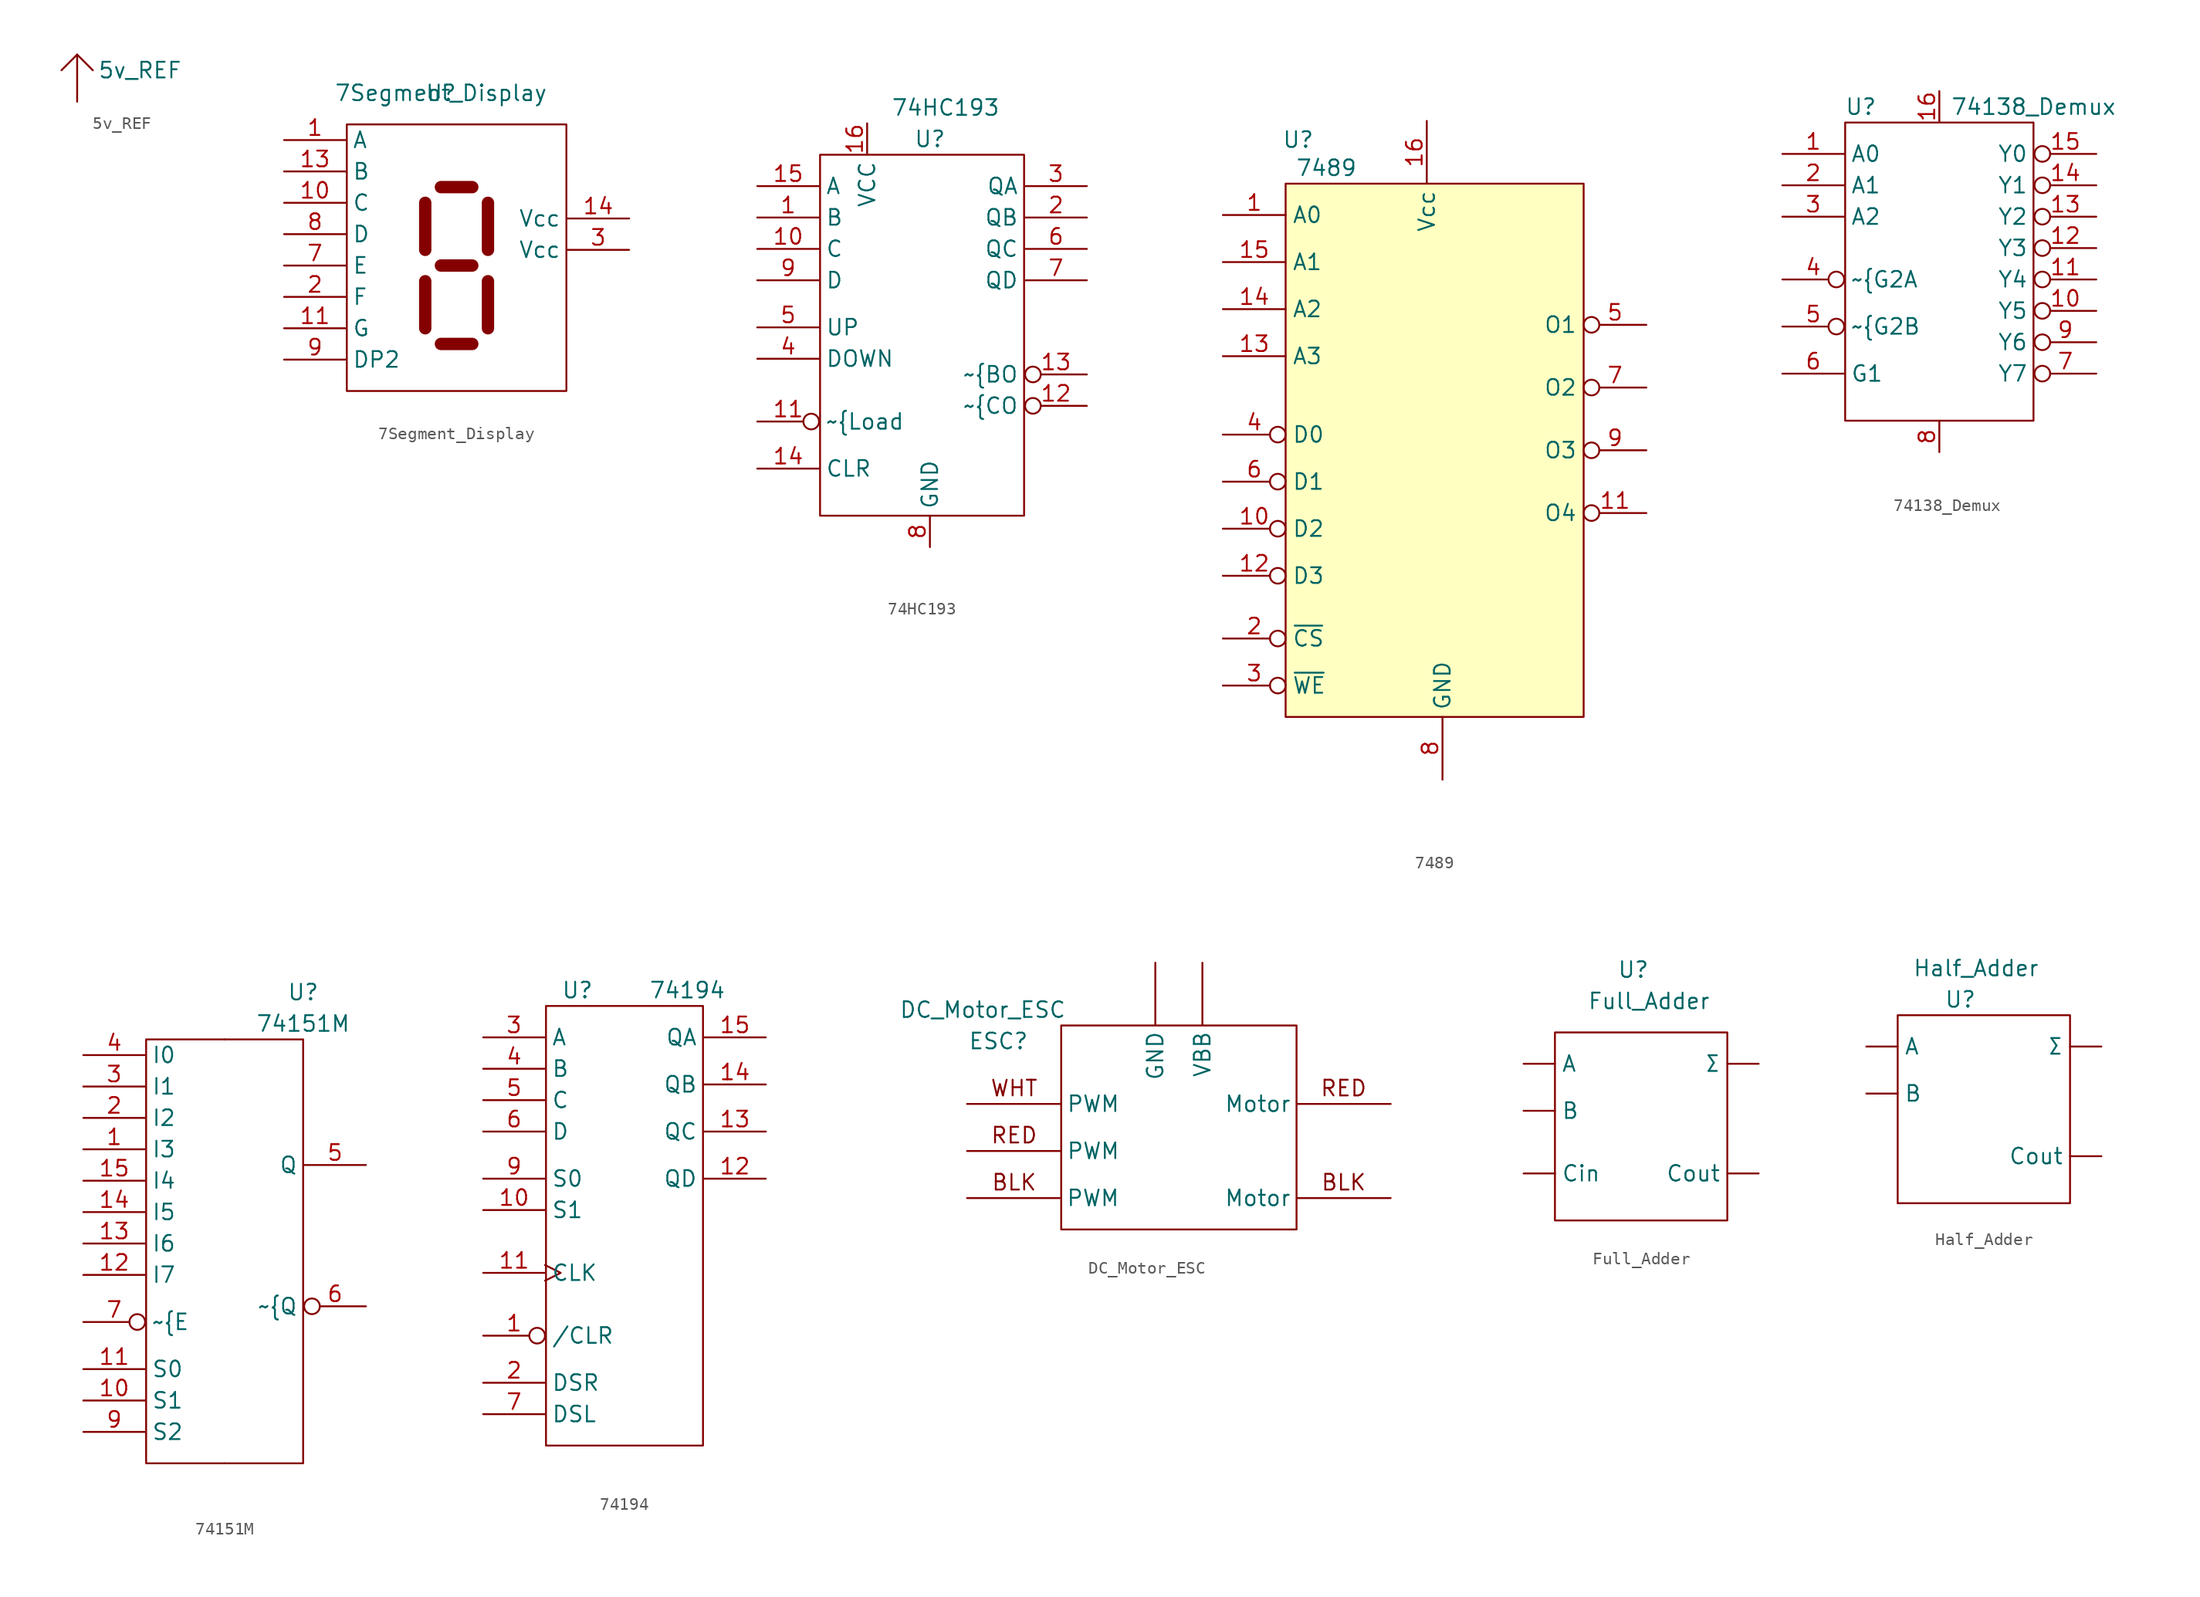
<source format=kicad_sym>
(kicad_symbol_lib
  (version 20231120)
  (generator "kicad_symbol_editor")
  (generator_version "8.0")
  (symbol "5v_REF"
    (power)
    (pin_numbers hide)
    (pin_names hide)
    (property "Reference" "PWR#"
      (at -3.81 1.27 0)
      (effects (font (size 1.27 1.27)) (hide yes)))
    (property "Value" "5v_REF"
      (at 5.08 2.54 0)
      (effects (font (size 1.27 1.27))))
    (symbol "5v_REF_0_1"
      (polyline (pts (xy 0 3.81) (xy -1.27 2.54)) (stroke (width 0) (type default)) (fill (type none)))
      (polyline (pts (xy 0 3.81) (xy 1.27 2.54)) (stroke (width 0) (type default)) (fill (type none))))
    (symbol "5v_REF_1_1"
      (pin power_in line (at 0 0 90) (length 3.75) (name "" (effects (font (size 1.27 1.27)))) (number "" (effects (font (size 1.27 1.27)))))))
  (symbol "7Segment_Display"
    (property "Reference" "U"
      (at 0 0 0)
      (effects (font (size 1.27 1.27))))
    (property "Value" "7Segment_Display"
      (at 0 0 0)
      (effects (font (size 1.27 1.27))))
    (symbol "7Segment_Display_0_1"
      (polyline (pts (xy -1.27 -15.24) (xy -1.27 -19.05)) (stroke (width 1) (type default)) (fill (type none)))
      (polyline (pts (xy -1.27 -8.89) (xy -1.27 -12.7)) (stroke (width 1) (type default)) (fill (type none)))
      (polyline (pts (xy 0 -20.32) (xy 2.54 -20.32)) (stroke (width 1) (type default)) (fill (type none)))
      (polyline (pts (xy 0 -13.97) (xy 2.54 -13.97)) (stroke (width 1) (type default)) (fill (type none)))
      (polyline (pts (xy 0 -7.62) (xy 2.54 -7.62)) (stroke (width 1) (type default)) (fill (type none)))
      (polyline (pts (xy 3.81 -15.24) (xy 3.81 -19.05)) (stroke (width 1) (type default)) (fill (type none)))
      (polyline (pts (xy 3.81 -8.89) (xy 3.81 -12.7)) (stroke (width 1) (type default)) (fill (type none)))
      (polyline (pts (xy -7.62 -2.54) (xy -7.62 -24.13) (xy 10.16 -24.13) (xy 10.16 -2.54) (xy -7.62 -2.54)) (stroke (width 0) (type default)) (fill (type none))))
    (symbol "7Segment_Display_1_1"
      (pin input line (at -12.7 -3.81 0) (length 5) (name "A" (effects (font (size 1.27 1.27)))) (number "1" (effects (font (size 1.27 1.27)))))
      (pin input line (at -12.7 -8.89 0) (length 5) (name "C" (effects (font (size 1.27 1.27)))) (number "10" (effects (font (size 1.27 1.27)))))
      (pin input line (at -12.7 -19.05 0) (length 5) (name "G" (effects (font (size 1.27 1.27)))) (number "11" (effects (font (size 1.27 1.27)))))
      (pin input line (at -12.7 -6.35 0) (length 5) (name "B" (effects (font (size 1.27 1.27)))) (number "13" (effects (font (size 1.27 1.27)))))
      (pin input line (at 15.24 -10.16 180) (length 5) (name "Vcc" (effects (font (size 1.27 1.27)))) (number "14" (effects (font (size 1.27 1.27)))))
      (pin input line (at -12.7 -16.51 0) (length 5) (name "F" (effects (font (size 1.27 1.27)))) (number "2" (effects (font (size 1.27 1.27)))))
      (pin input line (at 15.24 -12.7 180) (length 5) (name "Vcc" (effects (font (size 1.27 1.27)))) (number "3" (effects (font (size 1.27 1.27)))))
      (pin input line (at -12.7 -13.97 0) (length 5) (name "E" (effects (font (size 1.27 1.27)))) (number "7" (effects (font (size 1.27 1.27)))))
      (pin input line (at -12.7 -11.43 0) (length 5) (name "D" (effects (font (size 1.27 1.27)))) (number "8" (effects (font (size 1.27 1.27)))))
      (pin input line (at -12.7 -21.59 0) (length 5) (name "DP2" (effects (font (size 1.27 1.27)))) (number "9" (effects (font (size 1.27 1.27)))))))
  (symbol "74HC193"
    (property "Reference" "U"
      (at 3.81 0 0)
      (effects (font (size 1.27 1.27))))
    (property "Value" "74HC193"
      (at 5.08 2.54 0)
      (effects (font (size 1.27 1.27))))
    (symbol "74HC193_0_1"
      (rectangle (start -5.08 -1.27) (end 11.43 -30.48) (stroke (width 0) (type default)) (fill (type none))))
    (symbol "74HC193_1_1"
      (pin input line (at -10.16 -6.35 0) (length 5) (name "B" (effects (font (size 1.27 1.27)))) (number "1" (effects (font (size 1.27 1.27)))))
      (pin input line (at -10.16 -8.89 0) (length 5) (name "C" (effects (font (size 1.27 1.27)))) (number "10" (effects (font (size 1.27 1.27)))))
      (pin input inverted (at -10.16 -22.86 0) (length 5) (name "~{Load" (effects (font (size 1.27 1.27)))) (number "11" (effects (font (size 1.27 1.27)))))
      (pin output inverted (at 16.51 -21.59 180) (length 5) (name "~{CO" (effects (font (size 1.27 1.27)))) (number "12" (effects (font (size 1.27 1.27)))))
      (pin output inverted (at 16.51 -19.05 180) (length 5) (name "~{BO" (effects (font (size 1.27 1.27)))) (number "13" (effects (font (size 1.27 1.27)))))
      (pin input line (at -10.16 -26.67 0) (length 5) (name "CLR" (effects (font (size 1.27 1.27)))) (number "14" (effects (font (size 1.27 1.27)))))
      (pin input line (at -10.16 -3.81 0) (length 5) (name "A" (effects (font (size 1.27 1.27)))) (number "15" (effects (font (size 1.27 1.27)))))
      (pin input line (at -1.27 1.27 270) (length 2.52) (name "VCC" (effects (font (size 1.27 1.27)))) (number "16" (effects (font (size 1.27 1.27)))))
      (pin output line (at 16.51 -6.35 180) (length 5) (name "QB" (effects (font (size 1.27 1.27)))) (number "2" (effects (font (size 1.27 1.27)))))
      (pin output line (at 16.51 -3.81 180) (length 5) (name "QA" (effects (font (size 1.27 1.27)))) (number "3" (effects (font (size 1.27 1.27)))))
      (pin input line (at -10.16 -17.78 0) (length 5) (name "DOWN" (effects (font (size 1.27 1.27)))) (number "4" (effects (font (size 1.27 1.27)))))
      (pin input line (at -10.16 -15.24 0) (length 5) (name "UP" (effects (font (size 1.27 1.27)))) (number "5" (effects (font (size 1.27 1.27)))))
      (pin output line (at 16.51 -8.89 180) (length 5) (name "QC" (effects (font (size 1.27 1.27)))) (number "6" (effects (font (size 1.27 1.27)))))
      (pin output line (at 16.51 -11.43 180) (length 5) (name "QD" (effects (font (size 1.27 1.27)))) (number "7" (effects (font (size 1.27 1.27)))))
      (pin input line (at 3.81 -33.02 90) (length 2.52) (name "GND" (effects (font (size 1.27 1.27)))) (number "8" (effects (font (size 1.27 1.27)))))
      (pin input line (at -10.16 -11.43 0) (length 5) (name "D" (effects (font (size 1.27 1.27)))) (number "9" (effects (font (size 1.27 1.27)))))))
  (symbol "7489"
    (property "Reference" "U"
      (at -10.414 3.556 0)
      (effects (font (size 1.27 1.27))))
    (property "Value" "7489"
      (at -8.128 1.27 0)
      (effects (font (size 1.27 1.27))))
    (symbol "7489_1_1"
      (rectangle (start -11.43 0) (end 12.7 -43.18) (stroke (width 0) (type default)) (fill (type background)))
      (pin input line (at -16.51 -2.54 0) (length 5.08) (name "A0" (effects (font (size 1.27 1.27)))) (number "1" (effects (font (size 1.27 1.27)))))
      (pin input inverted (at -16.51 -27.94 0) (length 5.08) (name "D2" (effects (font (size 1.27 1.27)))) (number "10" (effects (font (size 1.27 1.27)))))
      (pin open_collector inverted (at 17.78 -26.67 180) (length 5.08) (name "O4" (effects (font (size 1.27 1.27)))) (number "11" (effects (font (size 1.27 1.27)))))
      (pin input inverted (at -16.51 -31.75 0) (length 5.08) (name "D3" (effects (font (size 1.27 1.27)))) (number "12" (effects (font (size 1.27 1.27)))))
      (pin input line (at -16.51 -13.97 0) (length 5.08) (name "A3" (effects (font (size 1.27 1.27)))) (number "13" (effects (font (size 1.27 1.27)))))
      (pin input line (at -16.51 -10.16 0) (length 5.08) (name "A2" (effects (font (size 1.27 1.27)))) (number "14" (effects (font (size 1.27 1.27)))))
      (pin input line (at -16.51 -6.35 0) (length 5.08) (name "A1" (effects (font (size 1.27 1.27)))) (number "15" (effects (font (size 1.27 1.27)))))
      (pin input line (at 0 5.08 270) (length 5.08) (name "Vcc" (effects (font (size 1.27 1.27)))) (number "16" (effects (font (size 1.27 1.27)))))
      (pin input inverted (at -16.51 -36.83 0) (length 5.08) (name "~{CS}" (effects (font (size 1.27 1.27)))) (number "2" (effects (font (size 1.27 1.27)))))
      (pin input inverted (at -16.51 -40.64 0) (length 5.08) (name "~{WE}" (effects (font (size 1.27 1.27)))) (number "3" (effects (font (size 1.27 1.27)))))
      (pin input inverted (at -16.51 -20.32 0) (length 5.08) (name "D0" (effects (font (size 1.27 1.27)))) (number "4" (effects (font (size 1.27 1.27)))))
      (pin open_collector inverted (at 17.78 -11.43 180) (length 5.08) (name "O1" (effects (font (size 1.27 1.27)))) (number "5" (effects (font (size 1.27 1.27)))))
      (pin input inverted (at -16.51 -24.13 0) (length 5.08) (name "D1" (effects (font (size 1.27 1.27)))) (number "6" (effects (font (size 1.27 1.27)))))
      (pin open_collector inverted (at 17.78 -16.51 180) (length 5.08) (name "O2" (effects (font (size 1.27 1.27)))) (number "7" (effects (font (size 1.27 1.27)))))
      (pin input line (at 1.27 -48.26 90) (length 5.08) (name "GND" (effects (font (size 1.27 1.27)))) (number "8" (effects (font (size 1.27 1.27)))))
      (pin open_collector inverted (at 17.78 -21.59 180) (length 5.08) (name "O3" (effects (font (size 1.27 1.27)))) (number "9" (effects (font (size 1.27 1.27)))))))
  (symbol "74138_Demux"
    (property "Reference" "U"
      (at -6.35 -1.27 0)
      (effects (font (size 1.27 1.27))))
    (property "Value" "74138_Demux"
      (at 7.62 -1.27 0)
      (effects (font (size 1.27 1.27))))
    (symbol "74138_Demux_0_1"
      (polyline (pts (xy -7.62 -2.54) (xy -7.62 -26.67) (xy 7.62 -26.67) (xy 7.62 -2.54) (xy -7.62 -2.54)) (stroke (width 0) (type default)) (fill (type none))))
    (symbol "74138_Demux_1_1"
      (pin input line (at -12.7 -5.08 0) (length 5) (name "A0" (effects (font (size 1.27 1.27)))) (number "1" (effects (font (size 1.27 1.27)))))
      (pin output inverted (at 12.7 -17.78 180) (length 5) (name "Y5" (effects (font (size 1.27 1.27)))) (number "10" (effects (font (size 1.27 1.27)))))
      (pin output inverted (at 12.7 -15.24 180) (length 5) (name "Y4" (effects (font (size 1.27 1.27)))) (number "11" (effects (font (size 1.27 1.27)))))
      (pin output inverted (at 12.7 -12.7 180) (length 5) (name "Y3" (effects (font (size 1.27 1.27)))) (number "12" (effects (font (size 1.27 1.27)))))
      (pin output inverted (at 12.7 -10.16 180) (length 5) (name "Y2" (effects (font (size 1.27 1.27)))) (number "13" (effects (font (size 1.27 1.27)))))
      (pin output inverted (at 12.7 -7.62 180) (length 5) (name "Y1" (effects (font (size 1.27 1.27)))) (number "14" (effects (font (size 1.27 1.27)))))
      (pin output inverted (at 12.7 -5.08 180) (length 5) (name "Y0" (effects (font (size 1.27 1.27)))) (number "15" (effects (font (size 1.27 1.27)))))
      (pin input line (at 0 0 270) (length 2.5) (name "" (effects (font (size 1.27 1.27)))) (number "16" (effects (font (size 1.27 1.27)))))
      (pin input line (at -12.7 -7.62 0) (length 5) (name "A1" (effects (font (size 1.27 1.27)))) (number "2" (effects (font (size 1.27 1.27)))))
      (pin input line (at -12.7 -10.16 0) (length 5) (name "A2" (effects (font (size 1.27 1.27)))) (number "3" (effects (font (size 1.27 1.27)))))
      (pin input inverted (at -12.7 -15.24 0) (length 5) (name "~{G2A" (effects (font (size 1.27 1.27)))) (number "4" (effects (font (size 1.27 1.27)))))
      (pin input inverted (at -12.7 -19.05 0) (length 5) (name "~{G2B" (effects (font (size 1.27 1.27)))) (number "5" (effects (font (size 1.27 1.27)))))
      (pin input line (at -12.7 -22.86 0) (length 5) (name "G1" (effects (font (size 1.27 1.27)))) (number "6" (effects (font (size 1.27 1.27)))))
      (pin output inverted (at 12.7 -22.86 180) (length 5) (name "Y7" (effects (font (size 1.27 1.27)))) (number "7" (effects (font (size 1.27 1.27)))))
      (pin output line (at 0 -29.21 90) (length 2.5) (name "" (effects (font (size 1.27 1.27)))) (number "8" (effects (font (size 1.27 1.27)))))
      (pin output inverted (at 12.7 -20.32 180) (length 5) (name "Y6" (effects (font (size 1.27 1.27)))) (number "9" (effects (font (size 1.27 1.27)))))))
  (symbol "74151M"
    (property "Reference" "U"
      (at 5.08 1.27 0)
      (effects (font (size 1.27 1.27))))
    (property "Value" "74151M"
      (at 5.08 -1.27 0)
      (effects (font (size 1.27 1.27))))
    (symbol "74151M_0_1"
      (rectangle (start -7.62 -2.54) (end 5.08 -36.83) (stroke (width 0) (type default)) (fill (type none))))
    (symbol "74151M_1_1"
      (pin output line (at -1.27 -36.83 180) (length 0) (name "" (effects (font (size 1.27 1.27)))) (number "" (effects (font (size 1.27 1.27)))))
      (pin output line (at -1.27 -2.54 180) (length 0) (name "" (effects (font (size 1.27 1.27)))) (number "" (effects (font (size 1.27 1.27)))))
      (pin input line (at -12.7 -11.43 0) (length 5) (name "I3" (effects (font (size 1.27 1.27)))) (number "1" (effects (font (size 1.27 1.27)))))
      (pin input line (at -12.7 -31.75 0) (length 5) (name "S1" (effects (font (size 1.27 1.27)))) (number "10" (effects (font (size 1.27 1.27)))))
      (pin input line (at -12.7 -29.21 0) (length 5) (name "S0" (effects (font (size 1.27 1.27)))) (number "11" (effects (font (size 1.27 1.27)))))
      (pin input line (at -12.7 -21.59 0) (length 5) (name "I7" (effects (font (size 1.27 1.27)))) (number "12" (effects (font (size 1.27 1.27)))))
      (pin input line (at -12.7 -19.05 0) (length 5) (name "I6" (effects (font (size 1.27 1.27)))) (number "13" (effects (font (size 1.27 1.27)))))
      (pin input line (at -12.7 -16.51 0) (length 5) (name "I5" (effects (font (size 1.27 1.27)))) (number "14" (effects (font (size 1.27 1.27)))))
      (pin input line (at -12.7 -13.97 0) (length 5) (name "I4" (effects (font (size 1.27 1.27)))) (number "15" (effects (font (size 1.27 1.27)))))
      (pin input line (at -12.7 -8.89 0) (length 5) (name "I2" (effects (font (size 1.27 1.27)))) (number "2" (effects (font (size 1.27 1.27)))))
      (pin input line (at -12.7 -6.35 0) (length 5) (name "I1" (effects (font (size 1.27 1.27)))) (number "3" (effects (font (size 1.27 1.27)))))
      (pin input line (at -12.7 -3.81 0) (length 5) (name "I0" (effects (font (size 1.27 1.27)))) (number "4" (effects (font (size 1.27 1.27)))))
      (pin output line (at 10.16 -12.7 180) (length 5) (name "Q" (effects (font (size 1.27 1.27)))) (number "5" (effects (font (size 1.27 1.27)))))
      (pin output inverted (at 10.16 -24.13 180) (length 5) (name "~{Q" (effects (font (size 1.27 1.27)))) (number "6" (effects (font (size 1.27 1.27)))))
      (pin input inverted (at -12.7 -25.4 0) (length 5) (name "~{E" (effects (font (size 1.27 1.27)))) (number "7" (effects (font (size 1.27 1.27)))))
      (pin input line (at -12.7 -34.29 0) (length 5) (name "S2" (effects (font (size 1.27 1.27)))) (number "9" (effects (font (size 1.27 1.27)))))))
  (symbol "74194"
    (property "Reference" "U"
      (at 0 0 0)
      (effects (font (size 1.27 1.27))))
    (property "Value" "74194"
      (at 8.89 0 0)
      (effects (font (size 1.27 1.27))))
    (symbol "74194_0_1"
      (rectangle (start -2.54 -1.27) (end 10.16 -36.83) (stroke (width 0) (type default)) (fill (type none))))
    (symbol "74194_1_1"
      (pin input inverted (at -7.62 -27.94 0) (length 5) (name "/CLR" (effects (font (size 1.27 1.27)))) (number "1" (effects (font (size 1.27 1.27)))))
      (pin input line (at -7.62 -17.78 0) (length 5) (name "S1" (effects (font (size 1.27 1.27)))) (number "10" (effects (font (size 1.27 1.27)))))
      (pin input clock (at -7.62 -22.86 0) (length 5) (name "CLK" (effects (font (size 1.27 1.27)))) (number "11" (effects (font (size 1.27 1.27)))))
      (pin output line (at 15.24 -15.24 180) (length 5) (name "QD" (effects (font (size 1.27 1.27)))) (number "12" (effects (font (size 1.27 1.27)))))
      (pin output line (at 15.24 -11.43 180) (length 5) (name "QC" (effects (font (size 1.27 1.27)))) (number "13" (effects (font (size 1.27 1.27)))))
      (pin output line (at 15.24 -7.62 180) (length 5) (name "QB" (effects (font (size 1.27 1.27)))) (number "14" (effects (font (size 1.27 1.27)))))
      (pin output line (at 15.24 -3.81 180) (length 5) (name "QA" (effects (font (size 1.27 1.27)))) (number "15" (effects (font (size 1.27 1.27)))))
      (pin input line (at -7.62 -31.75 0) (length 5) (name "DSR" (effects (font (size 1.27 1.27)))) (number "2" (effects (font (size 1.27 1.27)))))
      (pin input line (at -7.62 -3.81 0) (length 5) (name "A" (effects (font (size 1.27 1.27)))) (number "3" (effects (font (size 1.27 1.27)))))
      (pin input line (at -7.62 -6.35 0) (length 5) (name "B" (effects (font (size 1.27 1.27)))) (number "4" (effects (font (size 1.27 1.27)))))
      (pin input line (at -7.62 -8.89 0) (length 5) (name "C" (effects (font (size 1.27 1.27)))) (number "5" (effects (font (size 1.27 1.27)))))
      (pin input line (at -7.62 -11.43 0) (length 5) (name "D" (effects (font (size 1.27 1.27)))) (number "6" (effects (font (size 1.27 1.27)))))
      (pin input line (at -7.62 -34.29 0) (length 5) (name "DSL" (effects (font (size 1.27 1.27)))) (number "7" (effects (font (size 1.27 1.27)))))
      (pin input line (at -7.62 -15.24 0) (length 5) (name "S0" (effects (font (size 1.27 1.27)))) (number "9" (effects (font (size 1.27 1.27)))))))
  (symbol "DC_Motor_ESC"
    (property "Reference" "ESC"
      (at -13.97 7.62 0)
      (effects (font (size 1.27 1.27))))
    (property "Value" "DC_Motor_ESC"
      (at -15.24 10.16 0)
      (effects (font (size 1.27 1.27))))
    (symbol "DC_Motor_ESC_0_0"
      (text "BLK" (at -12.7 -3.81 0) (effects (font (size 1.27 1.27))))
      (text "BLK" (at 13.97 -3.81 0) (effects (font (size 1.27 1.27))))
      (text "RED" (at -12.7 0 0) (effects (font (size 1.27 1.27))))
      (text "RED" (at 13.97 3.81 0) (effects (font (size 1.27 1.27))))
      (text "WHT" (at -12.7 3.81 0) (effects (font (size 1.27 1.27)))))
    (symbol "DC_Motor_ESC_0_1"
      (rectangle (start -8.89 8.89) (end 10.16 -7.62) (stroke (width 0) (type default)) (fill (type none))))
    (symbol "DC_Motor_ESC_1_1"
      (pin input line (at -1.27 13.97 270) (length 5) (name "GND" (effects (font (size 1.27 1.27)))) (number "" (effects (font (size 1.27 1.27)))))
      (pin output line (at 17.78 -5.08 180) (length 7.52) (name "Motor" (effects (font (size 1.27 1.27)))) (number "" (effects (font (size 1.27 1.27)))))
      (pin output line (at 17.78 2.54 180) (length 7.52) (name "Motor" (effects (font (size 1.27 1.27)))) (number "" (effects (font (size 1.27 1.27)))))
      (pin input line (at -16.51 -5.08 0) (length 7.5) (name "PWM" (effects (font (size 1.27 1.27)))) (number "" (effects (font (size 1.27 1.27)))))
      (pin input line (at -16.51 -1.27 0) (length 7.52) (name "PWM" (effects (font (size 1.27 1.27)))) (number "" (effects (font (size 1.27 1.27)))))
      (pin input line (at -16.51 2.54 0) (length 7.52) (name "PWM" (effects (font (size 1.27 1.27)))) (number "" (effects (font (size 1.27 1.27)))))
      (pin input line (at 2.54 13.97 270) (length 5) (name "VBB" (effects (font (size 1.27 1.27)))) (number "" (effects (font (size 1.27 1.27)))))))
  (symbol "Full_Adder"
    (property "Reference" "U"
      (at 0 2.54 0)
      (effects (font (size 1.27 1.27))))
    (property "Value" "Full_Adder"
      (at 1.27 0 0)
      (effects (font (size 1.27 1.27))))
    (symbol "Full_Adder_0_1"
      (polyline (pts (xy -6.35 -2.54) (xy -6.35 -17.78) (xy 7.62 -17.78) (xy 7.62 -2.54) (xy -6.35 -2.54)) (stroke (width 0) (type default)) (fill (type none))))
    (symbol "Full_Adder_1_1"
      (pin input line (at -8.89 -5.08 0) (length 2.54) (name "A" (effects (font (size 1.27 1.27)))) (number "" (effects (font (size 1.27 1.27)))))
      (pin input line (at -8.89 -8.89 0) (length 2.54) (name "B" (effects (font (size 1.27 1.27)))) (number "" (effects (font (size 1.27 1.27)))))
      (pin input line (at -8.89 -13.97 0) (length 2.54) (name "Cin" (effects (font (size 1.27 1.27)))) (number "" (effects (font (size 1.27 1.27)))))
      (pin output line (at 10.16 -13.97 180) (length 2.54) (name "Cout" (effects (font (size 1.27 1.27)))) (number "" (effects (font (size 1.27 1.27)))))
      (pin output line (at 10.16 -5.08 180) (length 2.54) (name "Σ" (effects (font (size 1.27 1.27)))) (number "" (effects (font (size 1.27 1.27)))))))
  (symbol "Half_Adder"
    (property "Reference" "U"
      (at 0 0 0)
      (effects (font (size 1.27 1.27))))
    (property "Value" "Half_Adder"
      (at 1.27 2.54 0)
      (effects (font (size 1.27 1.27))))
    (symbol "Half_Adder_0_1"
      (polyline (pts (xy -5.08 -1.27) (xy -5.08 -16.51) (xy 8.89 -16.51) (xy 8.89 -1.27) (xy -5.08 -1.27)) (stroke (width 0) (type default)) (fill (type none))))
    (symbol "Half_Adder_1_1"
      (pin input line (at -7.62 -3.81 0) (length 2.54) (name "A" (effects (font (size 1.27 1.27)))) (number "" (effects (font (size 1.27 1.27)))))
      (pin input line (at -7.62 -7.62 0) (length 2.54) (name "B" (effects (font (size 1.27 1.27)))) (number "" (effects (font (size 1.27 1.27)))))
      (pin output line (at 11.43 -12.7 180) (length 2.54) (name "Cout" (effects (font (size 1.27 1.27)))) (number "" (effects (font (size 1.27 1.27)))))
      (pin output line (at 11.43 -3.81 180) (length 2.54) (name "Σ" (effects (font (size 1.27 1.27)))) (number "" (effects (font (size 1.27 1.27))))))))
</source>
